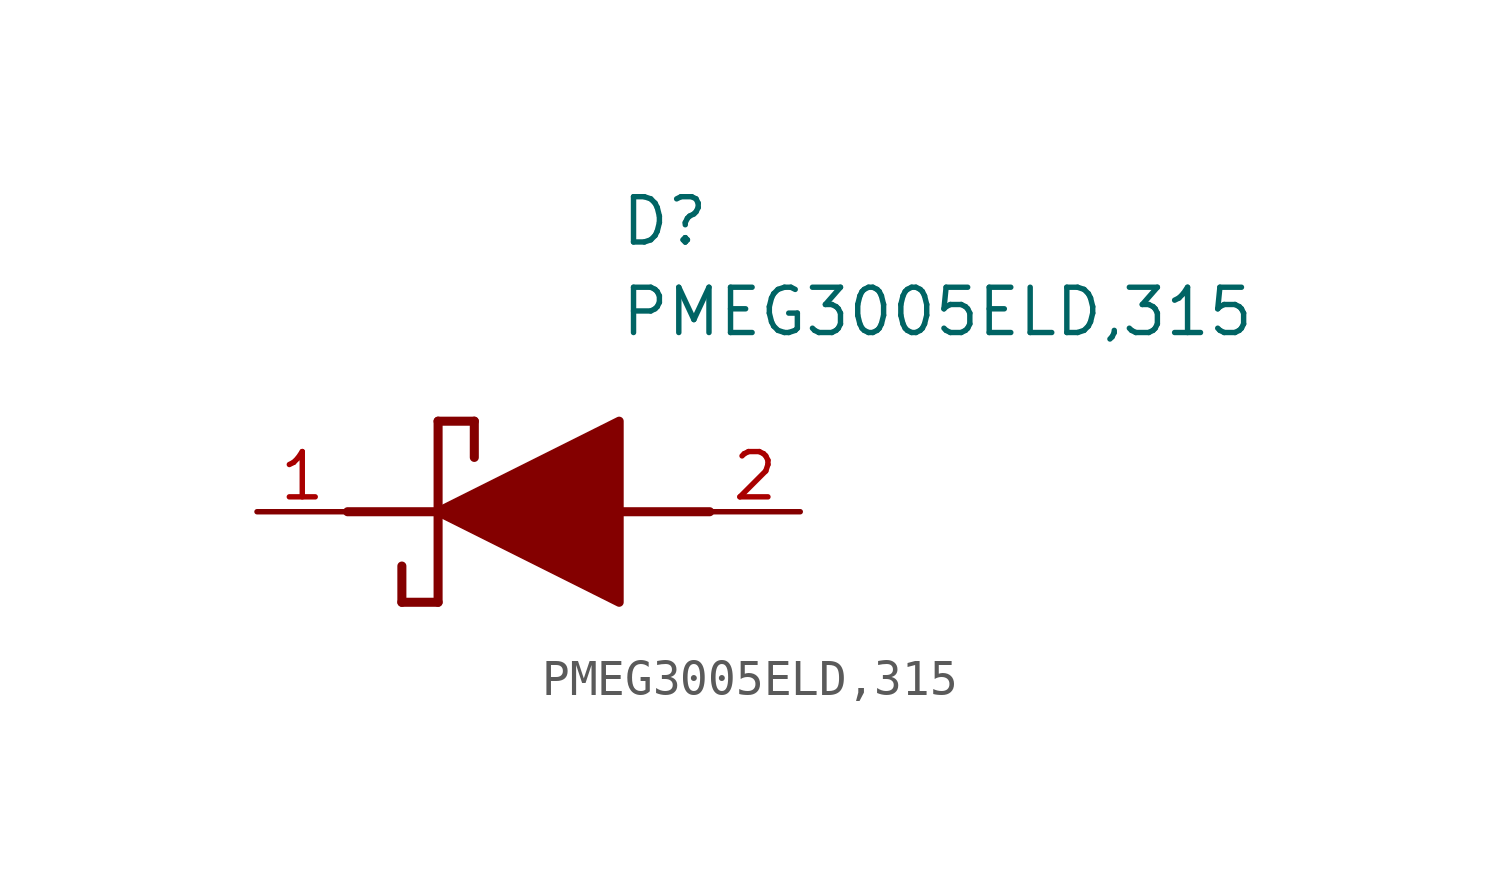
<source format=kicad_sym>
(kicad_symbol_lib
  (version 20211014)
  (generator SamacSys_ECAD_Model)
  (symbol "PMEG3005ELD,315"
    (pin_names hide)
    (property "Reference" "D"
      (at 12.7 8.89 0)
      (effects (font (size 1.27 1.27)) (justify left top)))
    (property "Value" "PMEG3005ELD,315"
      (at 12.7 6.35 0)
      (effects (font (size 1.27 1.27)) (justify left top)))
    (polyline
      (pts (xy 7.62 2.54) (xy 7.62 -2.54))
      (stroke (width 0.254) (type default))
      (fill (type none)))
    (polyline
      (pts (xy 7.62 2.54) (xy 8.636 2.54))
      (stroke (width 0.254) (type default))
      (fill (type none)))
    (polyline
      (pts (xy 8.636 1.524) (xy 8.636 2.54))
      (stroke (width 0.254) (type default))
      (fill (type none)))
    (polyline
      (pts (xy 7.62 -2.54) (xy 6.604 -2.54))
      (stroke (width 0.254) (type default))
      (fill (type none)))
    (polyline
      (pts (xy 6.604 -1.524) (xy 6.604 -2.54))
      (stroke (width 0.254) (type default))
      (fill (type none)))
    (polyline
      (pts (xy 5.08 0) (xy 7.62 0))
      (stroke (width 0.254) (type default))
      (fill (type none)))
    (polyline
      (pts (xy 12.7 0) (xy 15.24 0))
      (stroke (width 0.254) (type default))
      (fill (type none)))
    (polyline
      (pts (xy 7.62 0) (xy 12.7 2.54) (xy 12.7 -2.54) (xy 7.62 0))
      (stroke (width 0.254) (type default))
      (fill (type outline)))
    (pin passive line
      (at 2.54 0 0)
      (length 2.54)
      (name "K" (effects (font (size 1.27 1.27))))
      (number "1" (effects (font (size 1.27 1.27)))))
    (pin passive line
      (at 17.78 0 180)
      (length 2.54)
      (name "A" (effects (font (size 1.27 1.27))))
      (number "2" (effects (font (size 1.27 1.27)))))))
</source>
